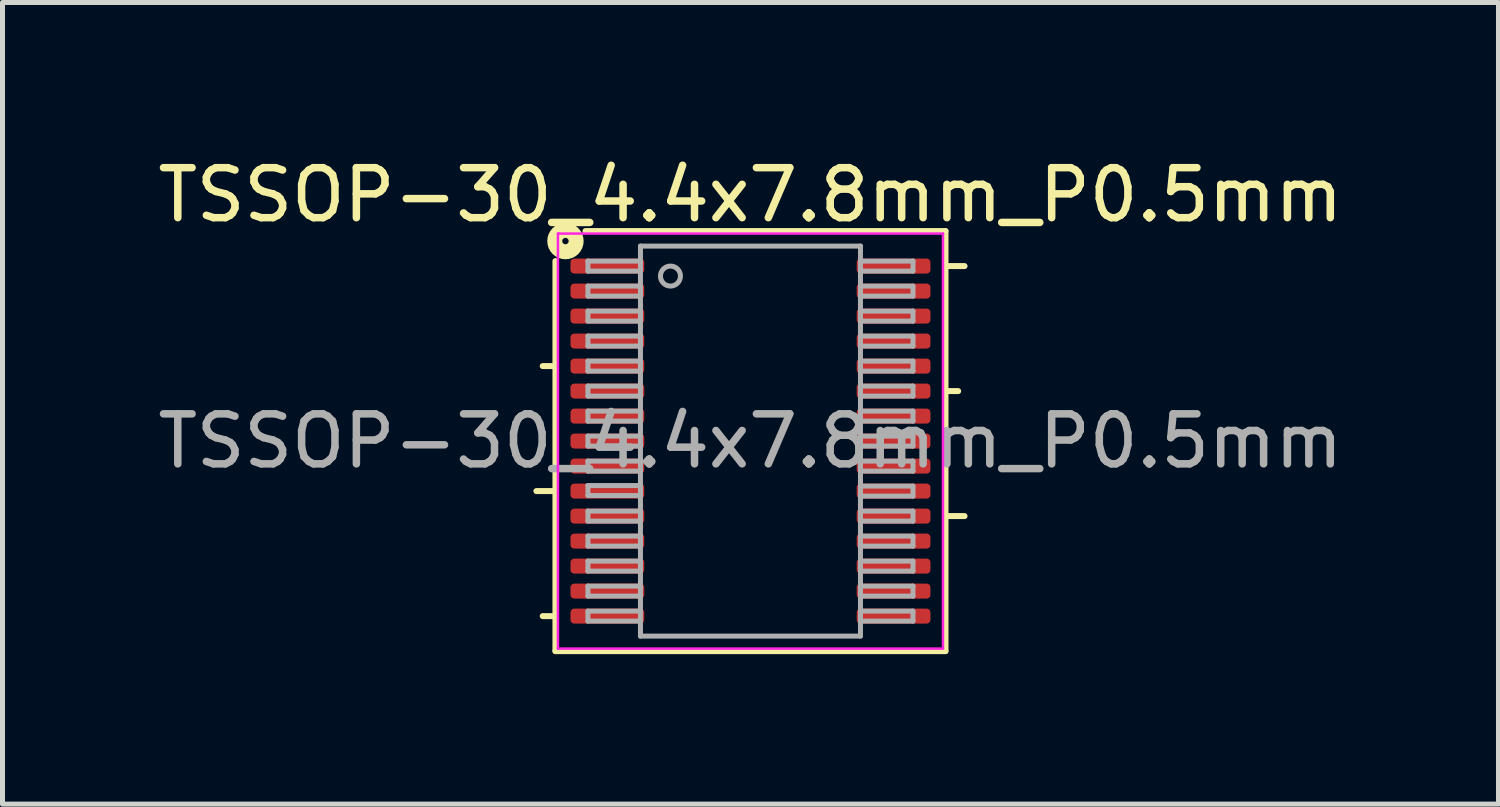
<source format=kicad_pcb>
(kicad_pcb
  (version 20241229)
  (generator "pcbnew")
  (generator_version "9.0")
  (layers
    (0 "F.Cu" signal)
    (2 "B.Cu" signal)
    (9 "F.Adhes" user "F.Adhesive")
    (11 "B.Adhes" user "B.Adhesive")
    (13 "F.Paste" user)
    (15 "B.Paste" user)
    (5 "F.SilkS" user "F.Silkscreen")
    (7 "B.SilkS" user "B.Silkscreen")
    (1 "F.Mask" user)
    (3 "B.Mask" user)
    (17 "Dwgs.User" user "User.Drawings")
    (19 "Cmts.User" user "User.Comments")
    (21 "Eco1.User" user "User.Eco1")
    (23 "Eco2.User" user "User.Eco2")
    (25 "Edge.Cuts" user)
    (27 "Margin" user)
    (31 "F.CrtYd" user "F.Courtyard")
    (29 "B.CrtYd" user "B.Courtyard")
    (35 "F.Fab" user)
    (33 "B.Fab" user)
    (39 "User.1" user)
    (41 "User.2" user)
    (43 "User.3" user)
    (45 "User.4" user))
  (footprint "TSSOP-30_4.4x7.8mm_P0.5mm"
    (layer "F.Cu")
    (at 11.958 5.771)
    (property "Reference" "TSSOP-30_4.4x7.8mm_P0.5mm" (at 0 -4.923 0) (layer "F.SilkS") (effects (font (size 1 1) (thickness 0.15))))
    (attr smd)
    (fp_line (start -4.281 1) (end -3.9 1) (stroke (width 0.12) (type solid)) (layer "F.SilkS"))
    (fp_line (start -4.154 -1.5) (end -3.9 -1.5) (stroke (width 0.12) (type solid)) (layer "F.SilkS"))
    (fp_line (start -4.154 3.5) (end -3.9 3.5) (stroke (width 0.12) (type solid)) (layer "F.SilkS"))
    (fp_line (start -3.9 -3.6) (end -3.9 4.2) (stroke (width 0.12) (type solid)) (layer "F.SilkS"))
    (fp_line (start -3.9 4.2) (end 3.9 4.2) (stroke (width 0.12) (type solid)) (layer "F.SilkS"))
    (fp_line (start 3.9 -4.2) (end -3.3 -4.2) (stroke (width 0.12) (type solid)) (layer "F.SilkS"))
    (fp_line (start 3.9 -1) (end 4.154 -1) (stroke (width 0.12) (type solid)) (layer "F.SilkS"))
    (fp_line (start 3.9 4.2) (end 3.9 -4.2) (stroke (width 0.12) (type solid)) (layer "F.SilkS"))
    (fp_line (start 4.281 -3.5) (end 3.9 -3.5) (stroke (width 0.12) (type solid)) (layer "F.SilkS"))
    (fp_line (start 4.281 1.5) (end 3.9 1.5) (stroke (width 0.12) (type solid)) (layer "F.SilkS"))
    (fp_circle (center -3.7 -4) (end -3.636 -4) (stroke (width 0.3) (type solid)) (fill no) (layer "F.SilkS"))
    (fp_line (start -3.85 -4.15) (end -3.85 4.15) (stroke (width 0.05) (type solid)) (layer "F.CrtYd"))
    (fp_line (start -3.85 4.15) (end 3.85 4.15) (stroke (width 0.05) (type solid)) (layer "F.CrtYd"))
    (fp_line (start 3.85 -4.15) (end -3.85 -4.15) (stroke (width 0.05) (type solid)) (layer "F.CrtYd"))
    (fp_line (start 3.85 4.15) (end 3.85 -4.15) (stroke (width 0.05) (type solid)) (layer "F.CrtYd"))
    (fp_line (start -3.25 -3.6) (end -3.25 -3.4) (stroke (width 0.1) (type solid)) (layer "F.Fab"))
    (fp_line (start -3.25 -3.6) (end -2.2 -3.6) (stroke (width 0.1) (type solid)) (layer "F.Fab"))
    (fp_line (start -3.25 -3.4) (end -2.2 -3.4) (stroke (width 0.1) (type solid)) (layer "F.Fab"))
    (fp_line (start -3.25 -3.1) (end -3.25 -2.9) (stroke (width 0.1) (type solid)) (layer "F.Fab"))
    (fp_line (start -3.25 -3.1) (end -2.2 -3.1) (stroke (width 0.1) (type solid)) (layer "F.Fab"))
    (fp_line (start -3.25 -2.9) (end -2.2 -2.9) (stroke (width 0.1) (type solid)) (layer "F.Fab"))
    (fp_line (start -3.25 -2.6) (end -3.25 -2.4) (stroke (width 0.1) (type solid)) (layer "F.Fab"))
    (fp_line (start -3.25 -2.6) (end -2.2 -2.6) (stroke (width 0.1) (type solid)) (layer "F.Fab"))
    (fp_line (start -3.25 -2.4) (end -2.2 -2.4) (stroke (width 0.1) (type solid)) (layer "F.Fab"))
    (fp_line (start -3.25 -2.1) (end -3.25 -1.9) (stroke (width 0.1) (type solid)) (layer "F.Fab"))
    (fp_line (start -3.25 -2.1) (end -2.2 -2.1) (stroke (width 0.1) (type solid)) (layer "F.Fab"))
    (fp_line (start -3.25 -1.9) (end -2.2 -1.9) (stroke (width 0.1) (type solid)) (layer "F.Fab"))
    (fp_line (start -3.25 -1.6) (end -3.25 -1.4) (stroke (width 0.1) (type solid)) (layer "F.Fab"))
    (fp_line (start -3.25 -1.6) (end -2.2 -1.6) (stroke (width 0.1) (type solid)) (layer "F.Fab"))
    (fp_line (start -3.25 -1.4) (end -2.2 -1.4) (stroke (width 0.1) (type solid)) (layer "F.Fab"))
    (fp_line (start -3.25 -1.1) (end -3.25 -0.9) (stroke (width 0.1) (type solid)) (layer "F.Fab"))
    (fp_line (start -3.25 -1.1) (end -2.2 -1.1) (stroke (width 0.1) (type solid)) (layer "F.Fab"))
    (fp_line (start -3.25 -0.9) (end -2.2 -0.9) (stroke (width 0.1) (type solid)) (layer "F.Fab"))
    (fp_line (start -3.25 -0.6) (end -3.25 -0.4) (stroke (width 0.1) (type solid)) (layer "F.Fab"))
    (fp_line (start -3.25 -0.6) (end -2.2 -0.6) (stroke (width 0.1) (type solid)) (layer "F.Fab"))
    (fp_line (start -3.25 -0.4) (end -2.2 -0.4) (stroke (width 0.1) (type solid)) (layer "F.Fab"))
    (fp_line (start -3.25 -0.1) (end -3.25 0.1) (stroke (width 0.1) (type solid)) (layer "F.Fab"))
    (fp_line (start -3.25 -0.1) (end -2.2 -0.1) (stroke (width 0.1) (type solid)) (layer "F.Fab"))
    (fp_line (start -3.25 0.1) (end -2.2 0.1) (stroke (width 0.1) (type solid)) (layer "F.Fab"))
    (fp_line (start -3.25 0.4) (end -3.25 0.6) (stroke (width 0.1) (type solid)) (layer "F.Fab"))
    (fp_line (start -3.25 0.4) (end -2.2 0.4) (stroke (width 0.1) (type solid)) (layer "F.Fab"))
    (fp_line (start -3.25 0.6) (end -2.2 0.6) (stroke (width 0.1) (type solid)) (layer "F.Fab"))
    (fp_line (start -3.25 0.89) (end -3.25 1.09) (stroke (width 0.1) (type solid)) (layer "F.Fab"))
    (fp_line (start -3.25 0.89) (end -2.2 0.89) (stroke (width 0.1) (type solid)) (layer "F.Fab"))
    (fp_line (start -3.25 1.09) (end -2.2 1.09) (stroke (width 0.1) (type solid)) (layer "F.Fab"))
    (fp_line (start -3.25 1.4) (end -3.25 1.6) (stroke (width 0.1) (type solid)) (layer "F.Fab"))
    (fp_line (start -3.25 1.4) (end -2.2 1.4) (stroke (width 0.1) (type solid)) (layer "F.Fab"))
    (fp_line (start -3.25 1.6) (end -2.2 1.6) (stroke (width 0.1) (type solid)) (layer "F.Fab"))
    (fp_line (start -3.25 1.9) (end -3.25 2.1) (stroke (width 0.1) (type solid)) (layer "F.Fab"))
    (fp_line (start -3.25 1.9) (end -2.2 1.9) (stroke (width 0.1) (type solid)) (layer "F.Fab"))
    (fp_line (start -3.25 2.1) (end -2.2 2.1) (stroke (width 0.1) (type solid)) (layer "F.Fab"))
    (fp_line (start -3.25 2.4) (end -3.25 2.6) (stroke (width 0.1) (type solid)) (layer "F.Fab"))
    (fp_line (start -3.25 2.4) (end -2.2 2.4) (stroke (width 0.1) (type solid)) (layer "F.Fab"))
    (fp_line (start -3.25 2.6) (end -2.2 2.6) (stroke (width 0.1) (type solid)) (layer "F.Fab"))
    (fp_line (start -3.25 2.9) (end -3.25 3.1) (stroke (width 0.1) (type solid)) (layer "F.Fab"))
    (fp_line (start -3.25 2.9) (end -2.2 2.9) (stroke (width 0.1) (type solid)) (layer "F.Fab"))
    (fp_line (start -3.25 3.1) (end -2.2 3.1) (stroke (width 0.1) (type solid)) (layer "F.Fab"))
    (fp_line (start -3.25 3.4) (end -3.25 3.6) (stroke (width 0.1) (type solid)) (layer "F.Fab"))
    (fp_line (start -3.25 3.4) (end -2.2 3.4) (stroke (width 0.1) (type solid)) (layer "F.Fab"))
    (fp_line (start -3.25 3.6) (end -2.2 3.6) (stroke (width 0.1) (type solid)) (layer "F.Fab"))
    (fp_line (start -2.2 -3.9) (end 2.2 -3.9) (stroke (width 0.1) (type solid)) (layer "F.Fab"))
    (fp_line (start -2.2 3.9) (end -2.2 -3.9) (stroke (width 0.1) (type solid)) (layer "F.Fab"))
    (fp_line (start 2.2 -3.9) (end 2.2 3.9) (stroke (width 0.1) (type solid)) (layer "F.Fab"))
    (fp_line (start 2.2 3.9) (end -2.2 3.9) (stroke (width 0.1) (type solid)) (layer "F.Fab"))
    (fp_line (start 3.25 -3.6) (end 2.2 -3.6) (stroke (width 0.1) (type solid)) (layer "F.Fab"))
    (fp_line (start 3.25 -3.4) (end 2.2 -3.4) (stroke (width 0.1) (type solid)) (layer "F.Fab"))
    (fp_line (start 3.25 -3.4) (end 3.25 -3.6) (stroke (width 0.1) (type solid)) (layer "F.Fab"))
    (fp_line (start 3.25 -3.1) (end 2.2 -3.1) (stroke (width 0.1) (type solid)) (layer "F.Fab"))
    (fp_line (start 3.25 -2.9) (end 2.2 -2.9) (stroke (width 0.1) (type solid)) (layer "F.Fab"))
    (fp_line (start 3.25 -2.9) (end 3.25 -3.1) (stroke (width 0.1) (type solid)) (layer "F.Fab"))
    (fp_line (start 3.25 -2.6) (end 2.2 -2.6) (stroke (width 0.1) (type solid)) (layer "F.Fab"))
    (fp_line (start 3.25 -2.4) (end 2.2 -2.4) (stroke (width 0.1) (type solid)) (layer "F.Fab"))
    (fp_line (start 3.25 -2.4) (end 3.25 -2.6) (stroke (width 0.1) (type solid)) (layer "F.Fab"))
    (fp_line (start 3.25 -2.1) (end 2.2 -2.1) (stroke (width 0.1) (type solid)) (layer "F.Fab"))
    (fp_line (start 3.25 -1.9) (end 2.2 -1.9) (stroke (width 0.1) (type solid)) (layer "F.Fab"))
    (fp_line (start 3.25 -1.9) (end 3.25 -2.1) (stroke (width 0.1) (type solid)) (layer "F.Fab"))
    (fp_line (start 3.25 -1.6) (end 2.2 -1.6) (stroke (width 0.1) (type solid)) (layer "F.Fab"))
    (fp_line (start 3.25 -1.4) (end 2.2 -1.4) (stroke (width 0.1) (type solid)) (layer "F.Fab"))
    (fp_line (start 3.25 -1.4) (end 3.25 -1.6) (stroke (width 0.1) (type solid)) (layer "F.Fab"))
    (fp_line (start 3.25 -1.1) (end 2.2 -1.1) (stroke (width 0.1) (type solid)) (layer "F.Fab"))
    (fp_line (start 3.25 -0.9) (end 2.2 -0.9) (stroke (width 0.1) (type solid)) (layer "F.Fab"))
    (fp_line (start 3.25 -0.9) (end 3.25 -1.1) (stroke (width 0.1) (type solid)) (layer "F.Fab"))
    (fp_line (start 3.25 -0.6) (end 2.2 -0.6) (stroke (width 0.1) (type solid)) (layer "F.Fab"))
    (fp_line (start 3.25 -0.4) (end 2.2 -0.4) (stroke (width 0.1) (type solid)) (layer "F.Fab"))
    (fp_line (start 3.25 -0.4) (end 3.25 -0.6) (stroke (width 0.1) (type solid)) (layer "F.Fab"))
    (fp_line (start 3.25 -0.1) (end 2.2 -0.1) (stroke (width 0.1) (type solid)) (layer "F.Fab"))
    (fp_line (start 3.25 0.1) (end 2.2 0.1) (stroke (width 0.1) (type solid)) (layer "F.Fab"))
    (fp_line (start 3.25 0.1) (end 3.25 -0.1) (stroke (width 0.1) (type solid)) (layer "F.Fab"))
    (fp_line (start 3.25 0.4) (end 2.2 0.4) (stroke (width 0.1) (type solid)) (layer "F.Fab"))
    (fp_line (start 3.25 0.6) (end 2.2 0.6) (stroke (width 0.1) (type solid)) (layer "F.Fab"))
    (fp_line (start 3.25 0.6) (end 3.25 0.4) (stroke (width 0.1) (type solid)) (layer "F.Fab"))
    (fp_line (start 3.25 0.9) (end 2.2 0.9) (stroke (width 0.1) (type solid)) (layer "F.Fab"))
    (fp_line (start 3.25 1.1) (end 2.2 1.1) (stroke (width 0.1) (type solid)) (layer "F.Fab"))
    (fp_line (start 3.25 1.1) (end 3.25 0.9) (stroke (width 0.1) (type solid)) (layer "F.Fab"))
    (fp_line (start 3.25 1.4) (end 2.2 1.4) (stroke (width 0.1) (type solid)) (layer "F.Fab"))
    (fp_line (start 3.25 1.6) (end 2.2 1.6) (stroke (width 0.1) (type solid)) (layer "F.Fab"))
    (fp_line (start 3.25 1.6) (end 3.25 1.4) (stroke (width 0.1) (type solid)) (layer "F.Fab"))
    (fp_line (start 3.25 1.9) (end 2.2 1.9) (stroke (width 0.1) (type solid)) (layer "F.Fab"))
    (fp_line (start 3.25 2.1) (end 2.2 2.1) (stroke (width 0.1) (type solid)) (layer "F.Fab"))
    (fp_line (start 3.25 2.1) (end 3.25 1.9) (stroke (width 0.1) (type solid)) (layer "F.Fab"))
    (fp_line (start 3.25 2.4) (end 2.2 2.4) (stroke (width 0.1) (type solid)) (layer "F.Fab"))
    (fp_line (start 3.25 2.6) (end 2.2 2.6) (stroke (width 0.1) (type solid)) (layer "F.Fab"))
    (fp_line (start 3.25 2.6) (end 3.25 2.4) (stroke (width 0.1) (type solid)) (layer "F.Fab"))
    (fp_line (start 3.25 2.9) (end 2.2 2.9) (stroke (width 0.1) (type solid)) (layer "F.Fab"))
    (fp_line (start 3.25 3.1) (end 2.2 3.1) (stroke (width 0.1) (type solid)) (layer "F.Fab"))
    (fp_line (start 3.25 3.1) (end 3.25 2.9) (stroke (width 0.1) (type solid)) (layer "F.Fab"))
    (fp_line (start 3.25 3.4) (end 2.2 3.4) (stroke (width 0.1) (type solid)) (layer "F.Fab"))
    (fp_line (start 3.25 3.6) (end 2.2 3.6) (stroke (width 0.1) (type solid)) (layer "F.Fab"))
    (fp_line (start 3.25 3.6) (end 3.25 3.4) (stroke (width 0.1) (type solid)) (layer "F.Fab"))
    (fp_circle (center -1.6 -3.3) (end -1.4 -3.3) (stroke (width 0.1) (type solid)) (fill no) (layer "F.Fab"))
    (fp_text user "${REFERENCE}" (at 0 0 0) (layer "F.Fab") (effects (font (size 1 1) (thickness 0.15))))
    (pad "1" smd roundrect (at -2.862 -3.5) (size 1.475 0.3) (layers "F.Cu" "F.Mask" "F.Paste") (roundrect_rratio 0.25))
    (pad "2" smd roundrect (at -2.862 -3) (size 1.475 0.3) (layers "F.Cu" "F.Mask" "F.Paste") (roundrect_rratio 0.25))
    (pad "3" smd roundrect (at -2.862 -2.5) (size 1.475 0.3) (layers "F.Cu" "F.Mask" "F.Paste") (roundrect_rratio 0.25))
    (pad "4" smd roundrect (at -2.862 -2) (size 1.475 0.3) (layers "F.Cu" "F.Mask" "F.Paste") (roundrect_rratio 0.25))
    (pad "5" smd roundrect (at -2.862 -1.5) (size 1.475 0.3) (layers "F.Cu" "F.Mask" "F.Paste") (roundrect_rratio 0.25))
    (pad "6" smd roundrect (at -2.862 -1) (size 1.475 0.3) (layers "F.Cu" "F.Mask" "F.Paste") (roundrect_rratio 0.25))
    (pad "7" smd roundrect (at -2.862 -0.5) (size 1.475 0.3) (layers "F.Cu" "F.Mask" "F.Paste") (roundrect_rratio 0.25))
    (pad "8" smd roundrect (at -2.862 0) (size 1.475 0.3) (layers "F.Cu" "F.Mask" "F.Paste") (roundrect_rratio 0.25))
    (pad "9" smd roundrect (at -2.862 0.5) (size 1.475 0.3) (layers "F.Cu" "F.Mask" "F.Paste") (roundrect_rratio 0.25))
    (pad "10" smd roundrect (at -2.862 1) (size 1.475 0.3) (layers "F.Cu" "F.Mask" "F.Paste") (roundrect_rratio 0.25))
    (pad "11" smd roundrect (at -2.862 1.5) (size 1.475 0.3) (layers "F.Cu" "F.Mask" "F.Paste") (roundrect_rratio 0.25))
    (pad "12" smd roundrect (at -2.862 2) (size 1.475 0.3) (layers "F.Cu" "F.Mask" "F.Paste") (roundrect_rratio 0.25))
    (pad "13" smd roundrect (at -2.862 2.5) (size 1.475 0.3) (layers "F.Cu" "F.Mask" "F.Paste") (roundrect_rratio 0.25))
    (pad "14" smd roundrect (at -2.862 3) (size 1.475 0.3) (layers "F.Cu" "F.Mask" "F.Paste") (roundrect_rratio 0.25))
    (pad "15" smd roundrect (at -2.862 3.5) (size 1.475 0.3) (layers "F.Cu" "F.Mask" "F.Paste") (roundrect_rratio 0.25))
    (pad "16" smd roundrect (at 2.862 3.5) (size 1.475 0.3) (layers "F.Cu" "F.Mask" "F.Paste") (roundrect_rratio 0.25))
    (pad "17" smd roundrect (at 2.862 3) (size 1.475 0.3) (layers "F.Cu" "F.Mask" "F.Paste") (roundrect_rratio 0.25))
    (pad "18" smd roundrect (at 2.862 2.5) (size 1.475 0.3) (layers "F.Cu" "F.Mask" "F.Paste") (roundrect_rratio 0.25))
    (pad "19" smd roundrect (at 2.862 2) (size 1.475 0.3) (layers "F.Cu" "F.Mask" "F.Paste") (roundrect_rratio 0.25))
    (pad "20" smd roundrect (at 2.862 1.5) (size 1.475 0.3) (layers "F.Cu" "F.Mask" "F.Paste") (roundrect_rratio 0.25))
    (pad "21" smd roundrect (at 2.862 1) (size 1.475 0.3) (layers "F.Cu" "F.Mask" "F.Paste") (roundrect_rratio 0.25))
    (pad "22" smd roundrect (at 2.862 0.5) (size 1.475 0.3) (layers "F.Cu" "F.Mask" "F.Paste") (roundrect_rratio 0.25))
    (pad "23" smd roundrect (at 2.862 0) (size 1.475 0.3) (layers "F.Cu" "F.Mask" "F.Paste") (roundrect_rratio 0.25))
    (pad "24" smd roundrect (at 2.862 -0.5) (size 1.475 0.3) (layers "F.Cu" "F.Mask" "F.Paste") (roundrect_rratio 0.25))
    (pad "25" smd roundrect (at 2.862 -1) (size 1.475 0.3) (layers "F.Cu" "F.Mask" "F.Paste") (roundrect_rratio 0.25))
    (pad "26" smd roundrect (at 2.862 -1.5) (size 1.475 0.3) (layers "F.Cu" "F.Mask" "F.Paste") (roundrect_rratio 0.25))
    (pad "27" smd roundrect (at 2.862 -2) (size 1.475 0.3) (layers "F.Cu" "F.Mask" "F.Paste") (roundrect_rratio 0.25))
    (pad "28" smd roundrect (at 2.862 -2.5) (size 1.475 0.3) (layers "F.Cu" "F.Mask" "F.Paste") (roundrect_rratio 0.25))
    (pad "29" smd roundrect (at 2.862 -3) (size 1.475 0.3) (layers "F.Cu" "F.Mask" "F.Paste") (roundrect_rratio 0.25))
    (pad "30" smd roundrect (at 2.862 -3.5) (size 1.475 0.3) (layers "F.Cu" "F.Mask" "F.Paste") (roundrect_rratio 0.25)))
  (gr_rect
    (start -3 -3)
    (end 26.917 13.031)
    (stroke (width 0.1) (type default))
    (fill no)
    (layer "Edge.Cuts")))
</source>
